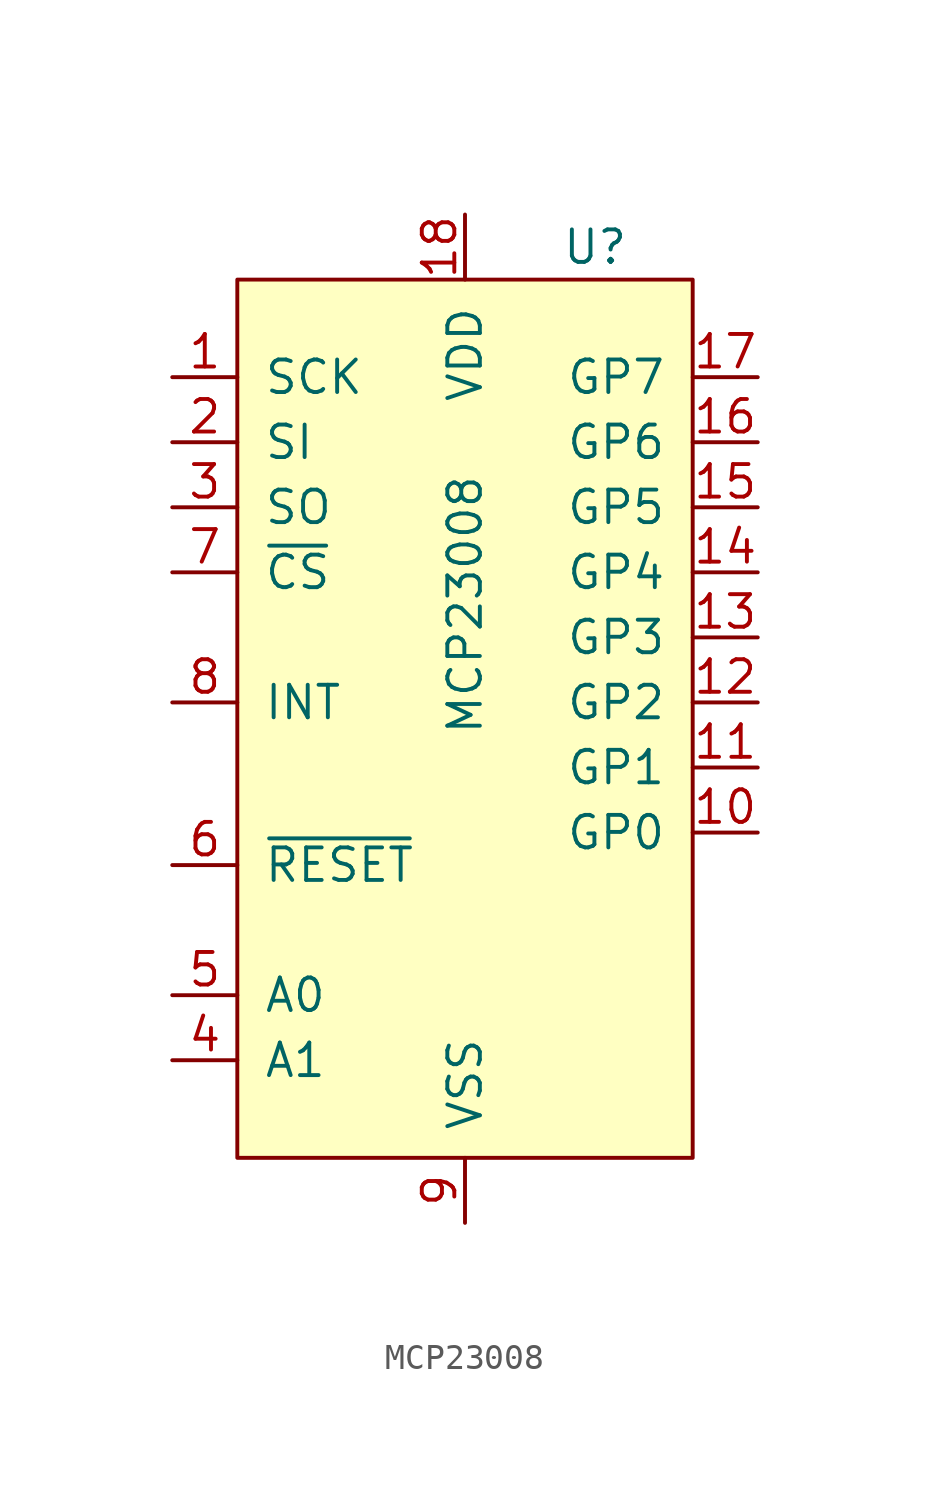
<source format=kicad_sym>
(kicad_symbol_lib
  (version 20211014)
  (generator kicad_symbol_editor)
  (symbol "MCP23008"
    (pin_names
      (offset 1.016))
    (property "Reference" "U"
      (at 5.08 1.27 0)
      (effects (font (size 1.27 1.27))))
    (property "Value" "MCP23008"
      (at 0 -12.7 90)
      (effects (font (size 1.27 1.27))))
    (symbol "MCP23008_0_1"
      (rectangle (start -8.89 0) (end 8.89 -34.29) (stroke (width 0) (type default) (color 0 0 0 0)) (fill (type background))))
    (symbol "MCP23008_1_1"
      (pin input line (at -11.43 -3.81 0) (length 2.54) (name "SCK" (effects (font (size 1.27 1.27)))) (number "1" (effects (font (size 1.27 1.27)))))
      (pin bidirectional line (at 11.43 -21.59 180) (length 2.54) (name "GP0" (effects (font (size 1.27 1.27)))) (number "10" (effects (font (size 1.27 1.27)))))
      (pin bidirectional line (at 11.43 -19.05 180) (length 2.54) (name "GP1" (effects (font (size 1.27 1.27)))) (number "11" (effects (font (size 1.27 1.27)))))
      (pin bidirectional line (at 11.43 -16.51 180) (length 2.54) (name "GP2" (effects (font (size 1.27 1.27)))) (number "12" (effects (font (size 1.27 1.27)))))
      (pin bidirectional line (at 11.43 -13.97 180) (length 2.54) (name "GP3" (effects (font (size 1.27 1.27)))) (number "13" (effects (font (size 1.27 1.27)))))
      (pin bidirectional line (at 11.43 -11.43 180) (length 2.54) (name "GP4" (effects (font (size 1.27 1.27)))) (number "14" (effects (font (size 1.27 1.27)))))
      (pin bidirectional line (at 11.43 -8.89 180) (length 2.54) (name "GP5" (effects (font (size 1.27 1.27)))) (number "15" (effects (font (size 1.27 1.27)))))
      (pin bidirectional line (at 11.43 -6.35 180) (length 2.54) (name "GP6" (effects (font (size 1.27 1.27)))) (number "16" (effects (font (size 1.27 1.27)))))
      (pin bidirectional line (at 11.43 -3.81 180) (length 2.54) (name "GP7" (effects (font (size 1.27 1.27)))) (number "17" (effects (font (size 1.27 1.27)))))
      (pin power_in line (at 0 2.54 270) (length 2.54) (name "VDD" (effects (font (size 1.27 1.27)))) (number "18" (effects (font (size 1.27 1.27)))))
      (pin input line (at -11.43 -6.35 0) (length 2.54) (name "SI" (effects (font (size 1.27 1.27)))) (number "2" (effects (font (size 1.27 1.27)))))
      (pin output line (at -11.43 -8.89 0) (length 2.54) (name "SO" (effects (font (size 1.27 1.27)))) (number "3" (effects (font (size 1.27 1.27)))))
      (pin input line (at -11.43 -30.48 0) (length 2.54) (name "A1" (effects (font (size 1.27 1.27)))) (number "4" (effects (font (size 1.27 1.27)))))
      (pin input line (at -11.43 -27.94 0) (length 2.54) (name "A0" (effects (font (size 1.27 1.27)))) (number "5" (effects (font (size 1.27 1.27)))))
      (pin input line (at -11.43 -22.86 0) (length 2.54) (name "~{RESET}" (effects (font (size 1.27 1.27)))) (number "6" (effects (font (size 1.27 1.27)))))
      (pin input line (at -11.43 -11.43 0) (length 2.54) (name "~{CS}" (effects (font (size 1.27 1.27)))) (number "7" (effects (font (size 1.27 1.27)))))
      (pin output line (at -11.43 -16.51 0) (length 2.54) (name "INT" (effects (font (size 1.27 1.27)))) (number "8" (effects (font (size 1.27 1.27)))))
      (pin power_in line (at 0 -36.83 90) (length 2.54) (name "VSS" (effects (font (size 1.27 1.27)))) (number "9" (effects (font (size 1.27 1.27))))))))
</source>
